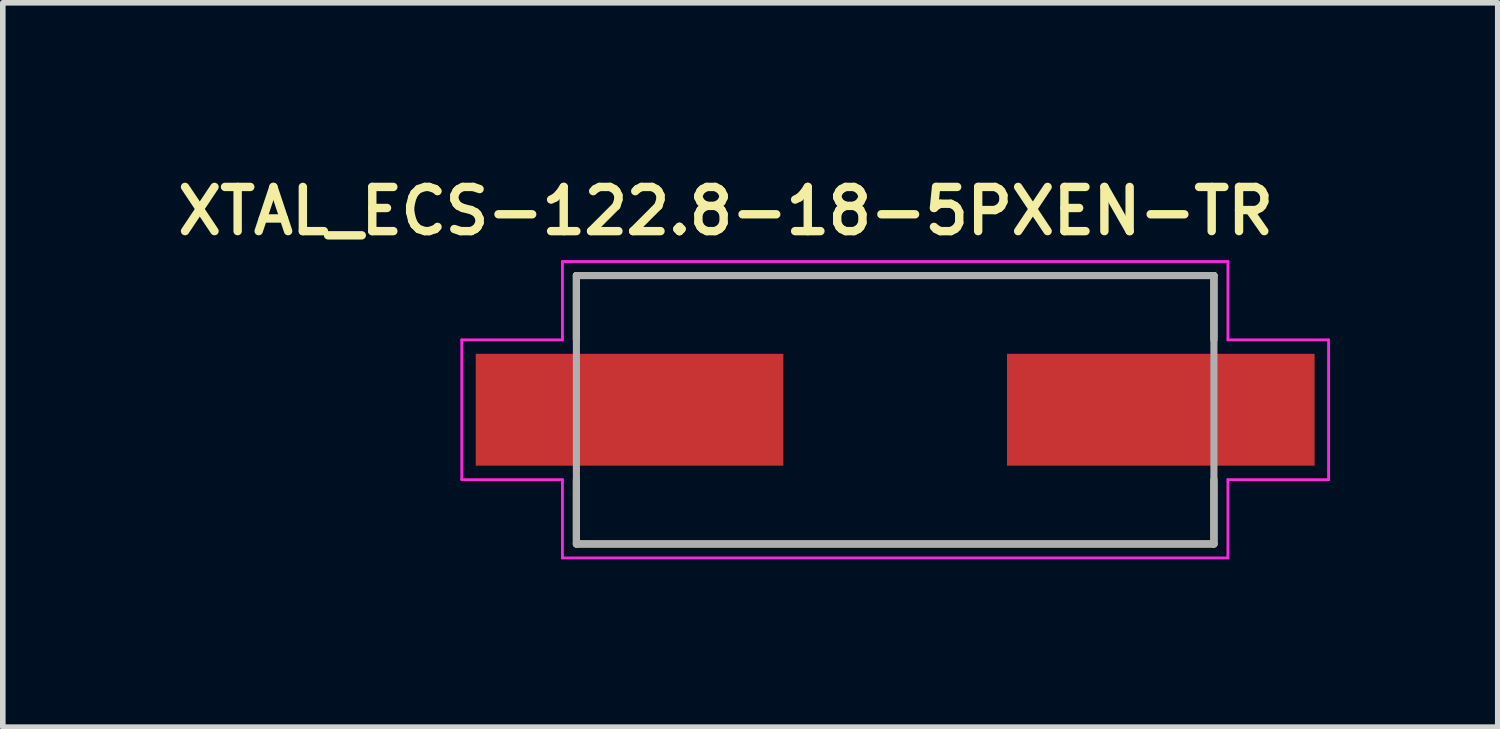
<source format=kicad_pcb>
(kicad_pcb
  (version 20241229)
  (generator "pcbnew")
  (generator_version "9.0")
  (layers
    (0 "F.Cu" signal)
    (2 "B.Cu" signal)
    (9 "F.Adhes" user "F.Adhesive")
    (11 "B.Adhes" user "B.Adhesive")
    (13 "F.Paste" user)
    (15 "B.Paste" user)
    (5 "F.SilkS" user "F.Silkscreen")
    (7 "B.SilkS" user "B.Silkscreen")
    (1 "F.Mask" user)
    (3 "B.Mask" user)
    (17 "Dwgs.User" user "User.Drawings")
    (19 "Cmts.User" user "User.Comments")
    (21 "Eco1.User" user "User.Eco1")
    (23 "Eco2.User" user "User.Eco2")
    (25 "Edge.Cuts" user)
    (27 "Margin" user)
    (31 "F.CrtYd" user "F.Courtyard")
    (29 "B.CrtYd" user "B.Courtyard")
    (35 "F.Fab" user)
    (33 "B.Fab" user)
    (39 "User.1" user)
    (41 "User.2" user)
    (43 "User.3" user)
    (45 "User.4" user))
  (footprint "XTAL_ECS-122.8-18-5PXEN-TR"
    (layer "F.Cu")
    (at 12.957 4.277)
    (property "Reference" "XTAL_ECS-122.8-18-5PXEN-TR" (at -3.03 -3.552 0) (layer "F.SilkS") (effects (font (size 0.79 0.79) (thickness 0.15))))
    (attr smd)
    (fp_line (start -5.7 -2.4) (end 5.7 -2.4) (stroke (width 0.127) (type solid)) (layer "F.SilkS"))
    (fp_line (start -5.7 -1.254) (end -5.7 -2.4) (stroke (width 0.127) (type solid)) (layer "F.SilkS"))
    (fp_line (start -5.7 2.4) (end -5.7 1.254) (stroke (width 0.127) (type solid)) (layer "F.SilkS"))
    (fp_line (start 5.7 -2.4) (end 5.7 -1.254) (stroke (width 0.127) (type solid)) (layer "F.SilkS"))
    (fp_line (start 5.7 1.254) (end 5.7 2.4) (stroke (width 0.127) (type solid)) (layer "F.SilkS"))
    (fp_line (start 5.7 2.4) (end -5.7 2.4) (stroke (width 0.127) (type solid)) (layer "F.SilkS"))
    (fp_line (start -7.75 -1.25) (end -5.95 -1.25) (stroke (width 0.05) (type solid)) (layer "F.CrtYd"))
    (fp_line (start -7.75 1.25) (end -7.75 -1.25) (stroke (width 0.05) (type solid)) (layer "F.CrtYd"))
    (fp_line (start -5.95 -2.65) (end 5.95 -2.65) (stroke (width 0.05) (type solid)) (layer "F.CrtYd"))
    (fp_line (start -5.95 -1.25) (end -5.95 -2.65) (stroke (width 0.05) (type solid)) (layer "F.CrtYd"))
    (fp_line (start -5.95 1.25) (end -7.75 1.25) (stroke (width 0.05) (type solid)) (layer "F.CrtYd"))
    (fp_line (start -5.95 2.65) (end -5.95 1.25) (stroke (width 0.05) (type solid)) (layer "F.CrtYd"))
    (fp_line (start 5.95 -2.65) (end 5.95 -1.25) (stroke (width 0.05) (type solid)) (layer "F.CrtYd"))
    (fp_line (start 5.95 -1.25) (end 7.75 -1.25) (stroke (width 0.05) (type solid)) (layer "F.CrtYd"))
    (fp_line (start 5.95 1.25) (end 5.95 2.65) (stroke (width 0.05) (type solid)) (layer "F.CrtYd"))
    (fp_line (start 5.95 2.65) (end -5.95 2.65) (stroke (width 0.05) (type solid)) (layer "F.CrtYd"))
    (fp_line (start 7.75 -1.25) (end 7.75 1.25) (stroke (width 0.05) (type solid)) (layer "F.CrtYd"))
    (fp_line (start 7.75 1.25) (end 5.95 1.25) (stroke (width 0.05) (type solid)) (layer "F.CrtYd"))
    (fp_line (start -5.7 -2.4) (end -5.7 2.4) (stroke (width 0.127) (type solid)) (layer "F.Fab"))
    (fp_line (start -5.7 2.4) (end 5.7 2.4) (stroke (width 0.127) (type solid)) (layer "F.Fab"))
    (fp_line (start 5.7 -2.4) (end -5.7 -2.4) (stroke (width 0.127) (type solid)) (layer "F.Fab"))
    (fp_line (start 5.7 2.4) (end 5.7 -2.4) (stroke (width 0.127) (type solid)) (layer "F.Fab"))
    (pad "1" smd rect (at -4.75 0) (size 5.5 2) (layers "F.Cu" "F.Mask" "F.Paste"))
    (pad "2" smd rect (at 4.75 0) (size 5.5 2) (layers "F.Cu" "F.Mask" "F.Paste")))
  (gr_rect
    (start -3 -3)
    (end 23.732 9.952)
    (stroke (width 0.1) (type default))
    (fill no)
    (layer "Edge.Cuts")))
</source>
